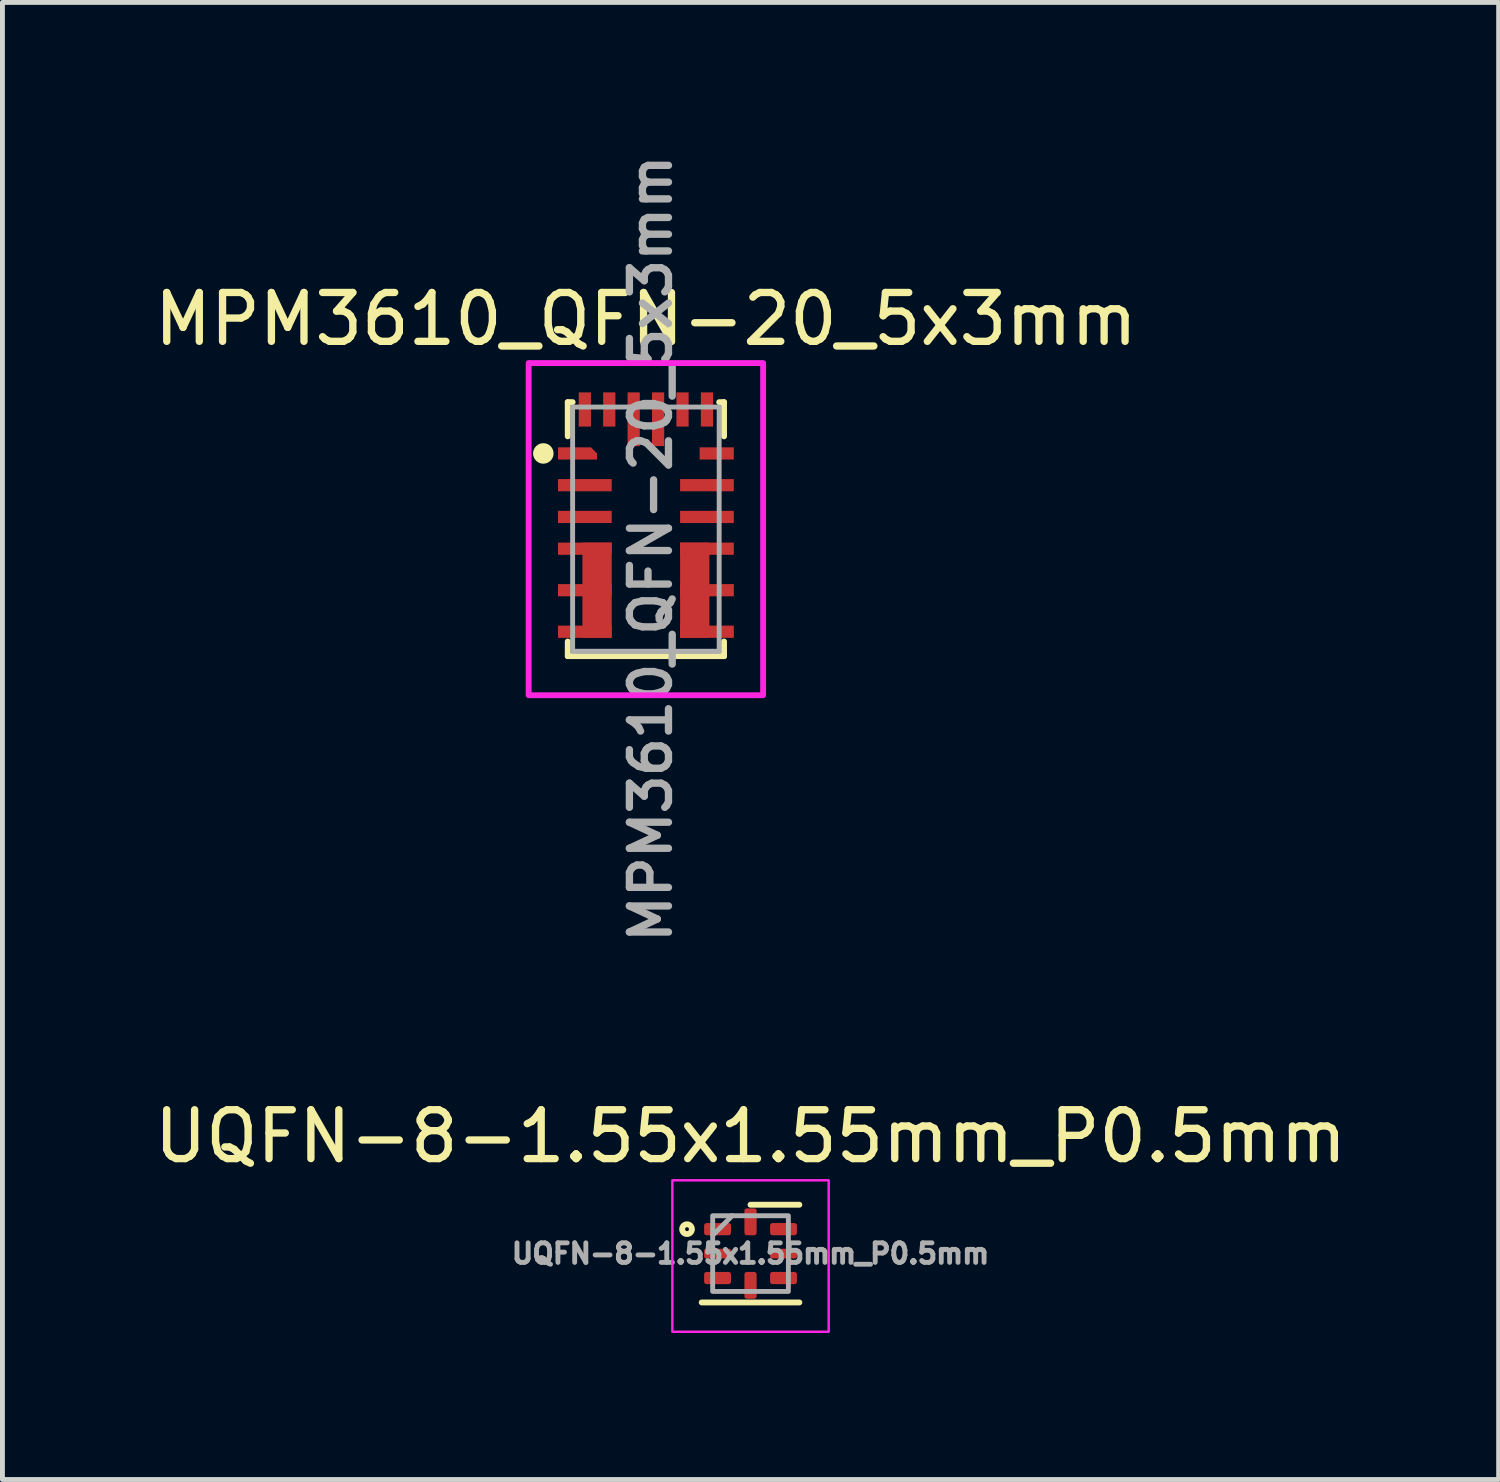
<source format=kicad_pcb>
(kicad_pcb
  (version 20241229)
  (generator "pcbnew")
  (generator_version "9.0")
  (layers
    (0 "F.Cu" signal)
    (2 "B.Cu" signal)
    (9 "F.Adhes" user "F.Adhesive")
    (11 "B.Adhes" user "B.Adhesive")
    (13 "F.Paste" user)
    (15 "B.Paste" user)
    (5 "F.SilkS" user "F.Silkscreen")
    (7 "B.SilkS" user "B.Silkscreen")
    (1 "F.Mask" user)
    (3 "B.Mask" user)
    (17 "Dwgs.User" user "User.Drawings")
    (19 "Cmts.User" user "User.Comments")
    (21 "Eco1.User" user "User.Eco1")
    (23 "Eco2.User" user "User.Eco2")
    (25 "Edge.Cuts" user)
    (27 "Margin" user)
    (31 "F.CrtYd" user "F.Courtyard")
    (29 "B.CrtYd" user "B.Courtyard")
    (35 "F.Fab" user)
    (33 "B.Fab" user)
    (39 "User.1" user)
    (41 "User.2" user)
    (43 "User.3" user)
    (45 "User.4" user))
  (footprint "UQFN-8-1.55x1.55mm_P0.5mm"
    (layer "F.Cu")
    (at 12.315 22.614)
    (property "Reference" "UQFN-8-1.55x1.55mm_P0.5mm" (at 0 -2.4 0) (unlocked yes) (layer "F.SilkS") (effects (font (size 1 1) (thickness 0.15))))
    (attr smd)
    (fp_line (start -1 1) (end 1 1) (stroke (width 0.12) (type solid)) (layer "F.SilkS"))
    (fp_line (start 0 -1) (end 1 -1) (stroke (width 0.12) (type solid)) (layer "F.SilkS"))
    (fp_circle (center -1.3 -0.5) (end -1.2 -0.5) (stroke (width 0.12) (type solid)) (fill no) (layer "F.SilkS"))
    (fp_rect (start -1.6 -1.5) (end 1.6 1.6) (stroke (width 0.05) (type solid)) (fill no) (layer "F.CrtYd"))
    (fp_line (start -0.775 -0.375) (end -0.375 -0.775) (stroke (width 0.1) (type solid)) (layer "F.Fab"))
    (fp_rect (start -0.775 -0.775) (end 0.775 0.775) (stroke (width 0.1) (type solid)) (fill no) (layer "F.Fab"))
    (fp_text user "${REFERENCE}" (at 0 0 0) (unlocked yes) (layer "F.Fab") (effects (font (size 0.4 0.4) (thickness 0.1))))
    (pad "1" smd roundrect (at -0.675 -0.5) (size 0.55 0.25) (layers "F.Cu" "F.Mask" "F.Paste") (roundrect_rratio 0.2))
    (pad "2" smd roundrect (at -0.675 0) (size 0.55 0.2) (layers "F.Cu" "F.Mask" "F.Paste") (roundrect_rratio 0.2))
    (pad "3" smd roundrect (at -0.675 0.5) (size 0.55 0.25) (layers "F.Cu" "F.Mask" "F.Paste") (roundrect_rratio 0.2))
    (pad "4" smd roundrect (at 0 0.65 90) (size 0.55 0.25) (layers "F.Cu" "F.Mask" "F.Paste") (roundrect_rratio 0.2))
    (pad "5" smd roundrect (at 0.675 0.5 180) (size 0.55 0.25) (layers "F.Cu" "F.Mask" "F.Paste") (roundrect_rratio 0.2))
    (pad "6" smd roundrect (at 0.675 0 180) (size 0.55 0.2) (layers "F.Cu" "F.Mask" "F.Paste") (roundrect_rratio 0.2))
    (pad "7" smd roundrect (at 0.675 -0.5 180) (size 0.55 0.25) (layers "F.Cu" "F.Mask" "F.Paste") (roundrect_rratio 0.2))
    (pad "8" smd roundrect (at 0 -0.65 270) (size 0.55 0.25) (layers "F.Cu" "F.Mask" "F.Paste") (roundrect_rratio 0.2)))
  (footprint "MPM3610_QFN-20_5x3mm"
    (layer "F.Cu")
    (at 10.173 7.783)
    (property "Reference" "MPM3610_QFN-20_5x3mm" (at 0 -4.3 0) (unlocked yes) (layer "F.SilkS") (effects (font (size 1 1) (thickness 0.15))))
    (attr smd)
    (fp_line (start -1.6 -2.6) (end -1.6 -1.9) (stroke (width 0.12) (type solid)) (layer "F.SilkS"))
    (fp_line (start -1.6 -2.6) (end -1.5 -2.6) (stroke (width 0.12) (type solid)) (layer "F.SilkS"))
    (fp_line (start -1.6 2.6) (end -1.6 2.3) (stroke (width 0.12) (type solid)) (layer "F.SilkS"))
    (fp_line (start 1.5 -2.6) (end 1.6 -2.6) (stroke (width 0.12) (type solid)) (layer "F.SilkS"))
    (fp_line (start 1.6 -2.6) (end 1.6 -1.9) (stroke (width 0.12) (type solid)) (layer "F.SilkS"))
    (fp_line (start 1.6 2.3) (end 1.6 2.6) (stroke (width 0.12) (type solid)) (layer "F.SilkS"))
    (fp_line (start 1.6 2.6) (end -1.6 2.6) (stroke (width 0.12) (type solid)) (layer "F.SilkS"))
    (fp_circle (center -2.1 -1.55) (end -1.95 -1.55) (stroke (width 0.12) (type solid)) (fill yes) (layer "F.SilkS"))
    (fp_rect (start -2.4 -3.4) (end 2.4 3.4) (stroke (width 0.12) (type solid)) (fill no) (layer "F.CrtYd"))
    (fp_rect (start -1.5 -2.5) (end 1.5 2.5) (stroke (width 0.1) (type solid)) (fill no) (layer "F.Fab"))
    (fp_text user "${REFERENCE}" (at 0.1 0.4 90) (unlocked yes) (layer "F.Fab") (effects (font (size 0.8 0.8) (thickness 0.15))))
    (pad "1" smd roundrect (at -1.4 -1.55) (size 0.8 0.25) (layers "F.Cu" "F.Mask" "F.Paste") (roundrect_rratio 0) (chamfer_ratio 0.5) (chamfer top_right))
    (pad "2" smd rect (at -1.25 -0.9) (size 1.1 0.25) (layers "F.Cu" "F.Mask" "F.Paste"))
    (pad "3" smd rect (at -1.25 -0.25) (size 1.1 0.25) (layers "F.Cu" "F.Mask" "F.Paste"))
    (pad "4" smd rect (at -1.25 0.4) (size 1.1 0.25) (layers "F.Cu" "F.Mask" "F.Paste"))
    (pad "4" smd rect (at -1 1.25) (size 0.6 1.95) (layers "F.Cu" "F.Mask" "F.Paste"))
    (pad "5" smd rect (at -1.25 1.25) (size 1.1 0.25) (layers "F.Cu" "F.Mask" "F.Paste"))
    (pad "6" smd rect (at -1.25 2.1) (size 1.1 0.25) (layers "F.Cu" "F.Mask" "F.Paste"))
    (pad "7" smd rect (at 1 1.25) (size 0.6 1.95) (layers "F.Cu" "F.Mask" "F.Paste"))
    (pad "7" smd rect (at 1.25 2.1) (size 1.1 0.25) (layers "F.Cu" "F.Mask" "F.Paste"))
    (pad "8" smd rect (at 1.25 1.25) (size 1.1 0.25) (layers "F.Cu" "F.Mask" "F.Paste"))
    (pad "9" smd rect (at 1.25 0.4) (size 1.1 0.25) (layers "F.Cu" "F.Mask" "F.Paste"))
    (pad "10" smd rect (at 1.25 -0.25) (size 1.1 0.25) (layers "F.Cu" "F.Mask" "F.Paste"))
    (pad "11" smd rect (at 1.25 -0.9) (size 1.1 0.25) (layers "F.Cu" "F.Mask" "F.Paste"))
    (pad "12" smd rect (at 1.45 -1.55) (size 0.7 0.25) (layers "F.Cu" "F.Mask" "F.Paste"))
    (pad "13" smd rect (at 1.25 -2.45) (size 0.25 0.7) (layers "F.Cu" "F.Mask" "F.Paste"))
    (pad "14" smd rect (at 0.75 -2.45) (size 0.25 0.7) (layers "F.Cu" "F.Mask" "F.Paste"))
    (pad "15" smd rect (at 0.25 -2.25) (size 0.25 1.1) (layers "F.Cu" "F.Mask" "F.Paste"))
    (pad "16" smd rect (at -0.25 -2.25) (size 0.25 1.1) (layers "F.Cu" "F.Mask" "F.Paste"))
    (pad "17" smd rect (at -0.75 -2.45) (size 0.25 0.7) (layers "F.Cu" "F.Mask" "F.Paste"))
    (pad "18" smd rect (at -1.25 -2.45) (size 0.25 0.7) (layers "F.Cu" "F.Mask" "F.Paste"))
    (zone (net_name "") (layer "F.Cu") (hatch edge 0.508) (connect_pads) (min_thickness 0.254) (filled_areas_thickness no) (keepout (tracks allowed) (vias not_allowed) (pads not_allowed) (copperpour allowed) (footprints not_allowed)) (placement (enabled no)) (fill) (polygon (pts (xy 10.773 7.658) (xy 9.573 7.658) (xy 9.573 6.783) (xy 10.773 6.783)))))
  (gr_rect
    (start -3 -3)
    (end 27.631 27.239)
    (stroke (width 0.1) (type default))
    (fill no)
    (layer "Edge.Cuts")))
</source>
